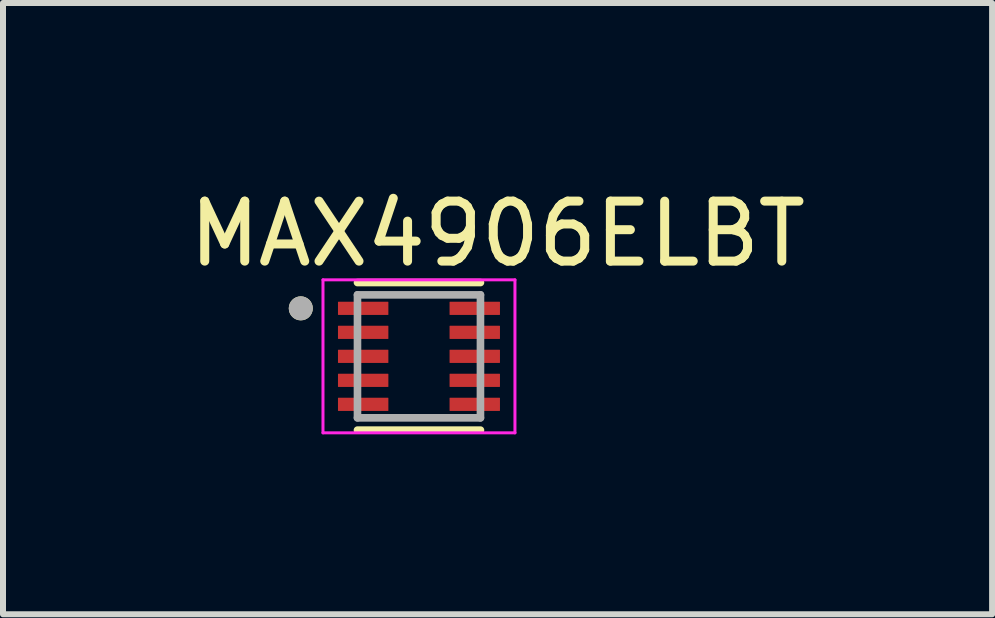
<source format=kicad_pcb>
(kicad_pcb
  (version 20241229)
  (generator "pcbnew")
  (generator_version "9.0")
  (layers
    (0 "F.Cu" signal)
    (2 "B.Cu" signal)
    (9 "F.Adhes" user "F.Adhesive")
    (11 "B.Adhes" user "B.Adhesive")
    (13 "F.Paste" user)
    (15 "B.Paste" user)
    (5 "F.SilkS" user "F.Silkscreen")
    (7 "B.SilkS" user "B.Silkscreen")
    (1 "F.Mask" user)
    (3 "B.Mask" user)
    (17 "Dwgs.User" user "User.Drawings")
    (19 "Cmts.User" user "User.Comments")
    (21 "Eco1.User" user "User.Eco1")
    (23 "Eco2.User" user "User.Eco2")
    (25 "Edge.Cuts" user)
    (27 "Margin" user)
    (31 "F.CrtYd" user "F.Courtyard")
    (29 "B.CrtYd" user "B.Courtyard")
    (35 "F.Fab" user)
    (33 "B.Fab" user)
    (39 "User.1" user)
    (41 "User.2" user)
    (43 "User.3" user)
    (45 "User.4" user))
  (footprint "MAX4906ELBT"
    (layer "F.Cu")
    (at 3.934 2.89)
    (property "Reference" "MAX4906ELBT" (at 1.31 -2.042 0) (layer "F.SilkS") (effects (font (size 1 1) (thickness 0.15))))
    (attr smd)
    (fp_line (start -1.025 -1.23) (end 1.025 -1.23) (stroke (width 0.127) (type solid)) (layer "F.SilkS"))
    (fp_line (start -1.025 1.23) (end 1.025 1.23) (stroke (width 0.127) (type solid)) (layer "F.SilkS"))
    (fp_circle (center -1.97 -0.8) (end -1.87 -0.8) (stroke (width 0.2) (type solid)) (fill no) (layer "F.SilkS"))
    (fp_line (start -1.6 -1.275) (end -1.6 1.275) (stroke (width 0.05) (type solid)) (layer "F.CrtYd"))
    (fp_line (start -1.6 -1.275) (end 1.6 -1.275) (stroke (width 0.05) (type solid)) (layer "F.CrtYd"))
    (fp_line (start -1.6 1.275) (end 1.6 1.275) (stroke (width 0.05) (type solid)) (layer "F.CrtYd"))
    (fp_line (start 1.6 -1.275) (end 1.6 1.275) (stroke (width 0.05) (type solid)) (layer "F.CrtYd"))
    (fp_line (start -1.025 -1.025) (end -1.025 1.025) (stroke (width 0.127) (type solid)) (layer "F.Fab"))
    (fp_line (start -1.025 -1.025) (end 1.025 -1.025) (stroke (width 0.127) (type solid)) (layer "F.Fab"))
    (fp_line (start -1.025 1.025) (end 1.025 1.025) (stroke (width 0.127) (type solid)) (layer "F.Fab"))
    (fp_line (start 1.025 -1.025) (end 1.025 1.025) (stroke (width 0.127) (type solid)) (layer "F.Fab"))
    (fp_circle (center -1.97 -0.8) (end -1.87 -0.8) (stroke (width 0.2) (type solid)) (fill no) (layer "F.Fab"))
    (pad "1" smd roundrect (at -0.93 -0.8) (size 0.84 0.22) (layers "F.Cu" "F.Mask" "F.Paste") (roundrect_rratio 0.03))
    (pad "2" smd roundrect (at -0.93 -0.4) (size 0.84 0.22) (layers "F.Cu" "F.Mask" "F.Paste") (roundrect_rratio 0.03))
    (pad "3" smd roundrect (at -0.93 0) (size 0.84 0.22) (layers "F.Cu" "F.Mask" "F.Paste") (roundrect_rratio 0.03))
    (pad "4" smd roundrect (at -0.93 0.4) (size 0.84 0.22) (layers "F.Cu" "F.Mask" "F.Paste") (roundrect_rratio 0.03))
    (pad "5" smd roundrect (at -0.93 0.8) (size 0.84 0.22) (layers "F.Cu" "F.Mask" "F.Paste") (roundrect_rratio 0.03))
    (pad "6" smd roundrect (at 0.93 0.8) (size 0.84 0.22) (layers "F.Cu" "F.Mask" "F.Paste") (roundrect_rratio 0.03))
    (pad "7" smd roundrect (at 0.93 0.4) (size 0.84 0.22) (layers "F.Cu" "F.Mask" "F.Paste") (roundrect_rratio 0.03))
    (pad "8" smd roundrect (at 0.93 0) (size 0.84 0.22) (layers "F.Cu" "F.Mask" "F.Paste") (roundrect_rratio 0.03))
    (pad "9" smd roundrect (at 0.93 -0.4) (size 0.84 0.22) (layers "F.Cu" "F.Mask" "F.Paste") (roundrect_rratio 0.03))
    (pad "10" smd roundrect (at 0.93 -0.8) (size 0.84 0.22) (layers "F.Cu" "F.Mask" "F.Paste") (roundrect_rratio 0.03)))
  (gr_rect
    (start -3 -3)
    (end 13.488 7.19)
    (stroke (width 0.1) (type default))
    (fill no)
    (layer "Edge.Cuts")))
</source>
